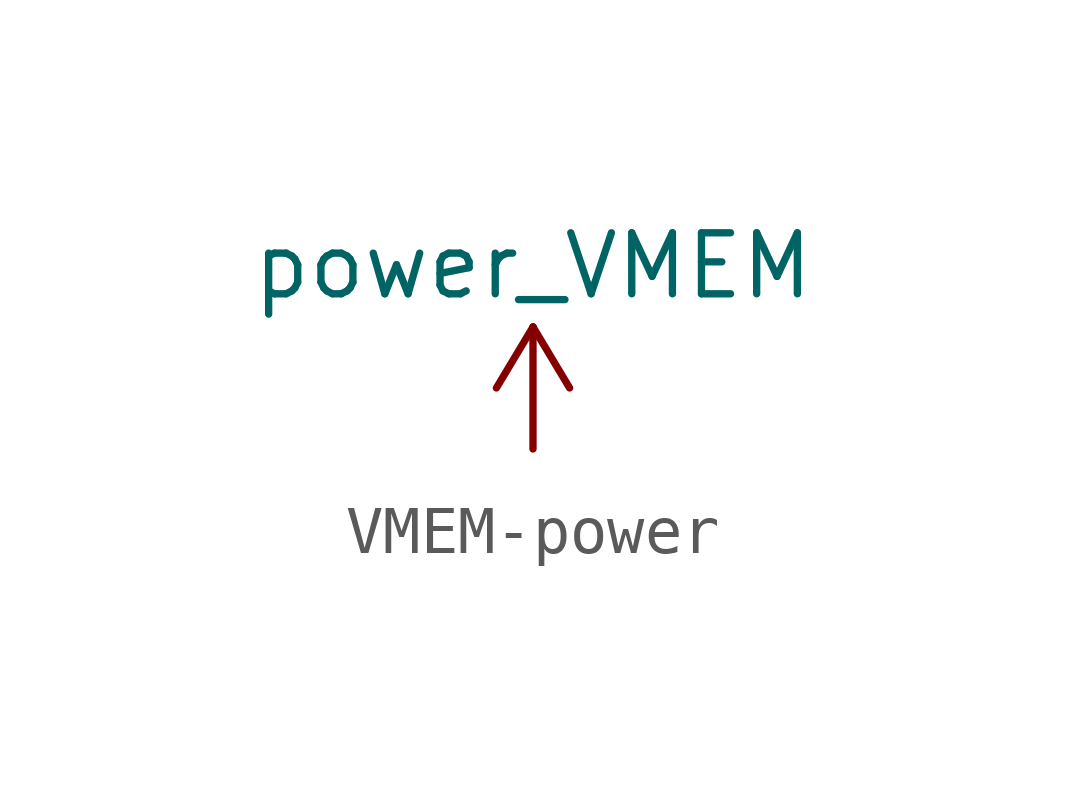
<source format=kicad_sym>
(kicad_symbol_lib
  (version 20231120)
  (generator "kicad_symbol_editor")
  (generator_version "8.0")
  (symbol "VMEM-power"
    (power)
    (pin_names
      (offset 0))
    (property "Reference" "#PWR"
      (at 0 -3.81 0)
      (effects (font (size 1.27 1.27)) (hide yes)))
    (property "Value" "power_VMEM"
      (at 0 3.81 0)
      (effects (font (size 1.27 1.27))))
    (symbol "VMEM-power_0_1"
      (polyline (pts (xy -0.762 1.27) (xy 0 2.54)) (stroke (width 0) (type solid)) (fill (type none)))
      (polyline (pts (xy 0 0) (xy 0 2.54)) (stroke (width 0) (type solid)) (fill (type none)))
      (polyline (pts (xy 0 2.54) (xy 0.762 1.27)) (stroke (width 0) (type solid)) (fill (type none))))
    (symbol "VMEM-power_1_1"
      (pin power_in line (at 0 0 90) (length 0) hide (name "VMEM" (effects (font (size 1.27 1.27)))) (number "1" (effects (font (size 1.27 1.27))))))))
</source>
